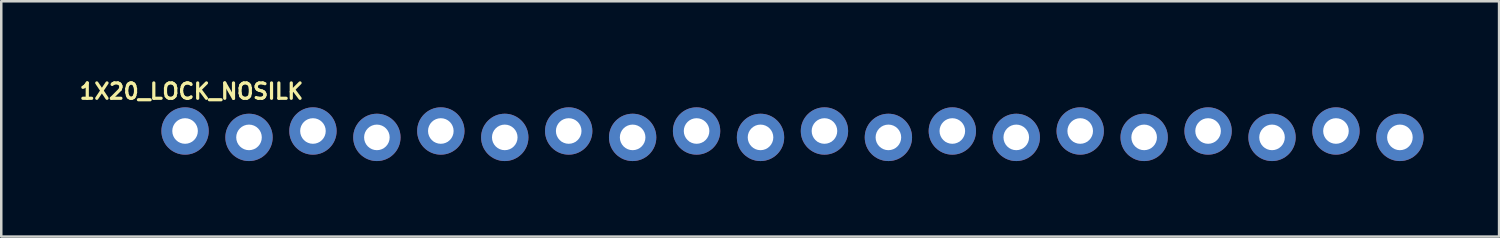
<source format=kicad_pcb>
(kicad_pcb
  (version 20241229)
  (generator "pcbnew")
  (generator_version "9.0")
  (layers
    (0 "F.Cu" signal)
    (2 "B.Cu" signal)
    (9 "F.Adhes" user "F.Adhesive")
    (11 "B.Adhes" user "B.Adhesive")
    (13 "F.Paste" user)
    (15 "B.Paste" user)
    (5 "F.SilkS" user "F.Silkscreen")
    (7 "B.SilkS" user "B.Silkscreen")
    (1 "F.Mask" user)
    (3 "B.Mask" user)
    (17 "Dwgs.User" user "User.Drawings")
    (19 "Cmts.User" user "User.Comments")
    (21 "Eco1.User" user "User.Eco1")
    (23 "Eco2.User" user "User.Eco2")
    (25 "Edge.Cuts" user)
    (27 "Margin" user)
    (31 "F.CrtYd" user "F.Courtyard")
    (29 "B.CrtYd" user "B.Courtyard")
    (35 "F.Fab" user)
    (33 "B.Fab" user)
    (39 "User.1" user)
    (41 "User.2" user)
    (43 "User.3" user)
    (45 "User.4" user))
  (footprint "1X20_LOCK_NOSILK"
    (layer "F.Cu")
    (at 4.302 2.281)
    (property "Reference" "1X20_LOCK_NOSILK" (at 0.254 -1.702 0) (layer "F.SilkS") (effects (font (size 0.61 0.61) (thickness 0.127))))
    (attr exclude_from_pos_files exclude_from_bom)
    (fp_line (start -0.254 -0.254) (end 0.254 -0.254) (stroke (width 0.066) (type solid)) (layer "Dwgs.User"))
    (fp_line (start -0.254 0.254) (end -0.254 -0.254) (stroke (width 0.066) (type solid)) (layer "Dwgs.User"))
    (fp_line (start -0.254 0.254) (end 0.254 0.254) (stroke (width 0.066) (type solid)) (layer "Dwgs.User"))
    (fp_line (start 0.254 0.254) (end 0.254 -0.254) (stroke (width 0.066) (type solid)) (layer "Dwgs.User"))
    (fp_line (start 2.286 -0.254) (end 2.794 -0.254) (stroke (width 0.066) (type solid)) (layer "Dwgs.User"))
    (fp_line (start 2.286 0.254) (end 2.286 -0.254) (stroke (width 0.066) (type solid)) (layer "Dwgs.User"))
    (fp_line (start 2.286 0.254) (end 2.794 0.254) (stroke (width 0.066) (type solid)) (layer "Dwgs.User"))
    (fp_line (start 2.794 0.254) (end 2.794 -0.254) (stroke (width 0.066) (type solid)) (layer "Dwgs.User"))
    (fp_line (start 4.826 -0.254) (end 5.334 -0.254) (stroke (width 0.066) (type solid)) (layer "Dwgs.User"))
    (fp_line (start 4.826 0.254) (end 4.826 -0.254) (stroke (width 0.066) (type solid)) (layer "Dwgs.User"))
    (fp_line (start 4.826 0.254) (end 5.334 0.254) (stroke (width 0.066) (type solid)) (layer "Dwgs.User"))
    (fp_line (start 5.334 0.254) (end 5.334 -0.254) (stroke (width 0.066) (type solid)) (layer "Dwgs.User"))
    (fp_line (start 7.366 -0.254) (end 7.874 -0.254) (stroke (width 0.066) (type solid)) (layer "Dwgs.User"))
    (fp_line (start 7.366 0.254) (end 7.366 -0.254) (stroke (width 0.066) (type solid)) (layer "Dwgs.User"))
    (fp_line (start 7.366 0.254) (end 7.874 0.254) (stroke (width 0.066) (type solid)) (layer "Dwgs.User"))
    (fp_line (start 7.874 0.254) (end 7.874 -0.254) (stroke (width 0.066) (type solid)) (layer "Dwgs.User"))
    (fp_line (start 9.906 -0.254) (end 10.414 -0.254) (stroke (width 0.066) (type solid)) (layer "Dwgs.User"))
    (fp_line (start 9.906 0.254) (end 9.906 -0.254) (stroke (width 0.066) (type solid)) (layer "Dwgs.User"))
    (fp_line (start 9.906 0.254) (end 10.414 0.254) (stroke (width 0.066) (type solid)) (layer "Dwgs.User"))
    (fp_line (start 10.414 0.254) (end 10.414 -0.254) (stroke (width 0.066) (type solid)) (layer "Dwgs.User"))
    (fp_line (start 12.446 -0.254) (end 12.954 -0.254) (stroke (width 0.066) (type solid)) (layer "Dwgs.User"))
    (fp_line (start 12.446 0.254) (end 12.446 -0.254) (stroke (width 0.066) (type solid)) (layer "Dwgs.User"))
    (fp_line (start 12.446 0.254) (end 12.954 0.254) (stroke (width 0.066) (type solid)) (layer "Dwgs.User"))
    (fp_line (start 12.954 0.254) (end 12.954 -0.254) (stroke (width 0.066) (type solid)) (layer "Dwgs.User"))
    (fp_line (start 14.986 -0.254) (end 15.494 -0.254) (stroke (width 0.066) (type solid)) (layer "Dwgs.User"))
    (fp_line (start 14.986 0.254) (end 14.986 -0.254) (stroke (width 0.066) (type solid)) (layer "Dwgs.User"))
    (fp_line (start 14.986 0.254) (end 15.494 0.254) (stroke (width 0.066) (type solid)) (layer "Dwgs.User"))
    (fp_line (start 15.494 0.254) (end 15.494 -0.254) (stroke (width 0.066) (type solid)) (layer "Dwgs.User"))
    (fp_line (start 17.523 -0.254) (end 18.034 -0.254) (stroke (width 0.066) (type solid)) (layer "Dwgs.User"))
    (fp_line (start 17.523 0.254) (end 17.523 -0.254) (stroke (width 0.066) (type solid)) (layer "Dwgs.User"))
    (fp_line (start 17.523 0.254) (end 18.034 0.254) (stroke (width 0.066) (type solid)) (layer "Dwgs.User"))
    (fp_line (start 18.034 0.254) (end 18.034 -0.254) (stroke (width 0.066) (type solid)) (layer "Dwgs.User"))
    (fp_line (start 20.066 -0.254) (end 20.574 -0.254) (stroke (width 0.066) (type solid)) (layer "Dwgs.User"))
    (fp_line (start 20.066 0.254) (end 20.066 -0.254) (stroke (width 0.066) (type solid)) (layer "Dwgs.User"))
    (fp_line (start 20.066 0.254) (end 20.574 0.254) (stroke (width 0.066) (type solid)) (layer "Dwgs.User"))
    (fp_line (start 20.574 0.254) (end 20.574 -0.254) (stroke (width 0.066) (type solid)) (layer "Dwgs.User"))
    (fp_line (start 22.606 -0.254) (end 23.114 -0.254) (stroke (width 0.066) (type solid)) (layer "Dwgs.User"))
    (fp_line (start 22.606 0.254) (end 22.606 -0.254) (stroke (width 0.066) (type solid)) (layer "Dwgs.User"))
    (fp_line (start 22.606 0.254) (end 23.114 0.254) (stroke (width 0.066) (type solid)) (layer "Dwgs.User"))
    (fp_line (start 23.114 0.254) (end 23.114 -0.254) (stroke (width 0.066) (type solid)) (layer "Dwgs.User"))
    (fp_line (start 25.146 -0.254) (end 25.654 -0.254) (stroke (width 0.066) (type solid)) (layer "Dwgs.User"))
    (fp_line (start 25.146 0.254) (end 25.146 -0.254) (stroke (width 0.066) (type solid)) (layer "Dwgs.User"))
    (fp_line (start 25.146 0.254) (end 25.654 0.254) (stroke (width 0.066) (type solid)) (layer "Dwgs.User"))
    (fp_line (start 25.654 0.254) (end 25.654 -0.254) (stroke (width 0.066) (type solid)) (layer "Dwgs.User"))
    (fp_line (start 27.686 -0.254) (end 28.194 -0.254) (stroke (width 0.066) (type solid)) (layer "Dwgs.User"))
    (fp_line (start 27.686 0.254) (end 27.686 -0.254) (stroke (width 0.066) (type solid)) (layer "Dwgs.User"))
    (fp_line (start 27.686 0.254) (end 28.194 0.254) (stroke (width 0.066) (type solid)) (layer "Dwgs.User"))
    (fp_line (start 28.194 0.254) (end 28.194 -0.254) (stroke (width 0.066) (type solid)) (layer "Dwgs.User"))
    (fp_line (start 30.226 -0.254) (end 30.734 -0.254) (stroke (width 0.066) (type solid)) (layer "Dwgs.User"))
    (fp_line (start 30.226 0.254) (end 30.226 -0.254) (stroke (width 0.066) (type solid)) (layer "Dwgs.User"))
    (fp_line (start 30.226 0.254) (end 30.734 0.254) (stroke (width 0.066) (type solid)) (layer "Dwgs.User"))
    (fp_line (start 30.734 0.254) (end 30.734 -0.254) (stroke (width 0.066) (type solid)) (layer "Dwgs.User"))
    (fp_line (start 32.766 -0.254) (end 33.274 -0.254) (stroke (width 0.066) (type solid)) (layer "Dwgs.User"))
    (fp_line (start 32.766 0.254) (end 32.766 -0.254) (stroke (width 0.066) (type solid)) (layer "Dwgs.User"))
    (fp_line (start 32.766 0.254) (end 33.274 0.254) (stroke (width 0.066) (type solid)) (layer "Dwgs.User"))
    (fp_line (start 33.274 0.254) (end 33.274 -0.254) (stroke (width 0.066) (type solid)) (layer "Dwgs.User"))
    (fp_line (start 35.303 -0.254) (end 35.814 -0.254) (stroke (width 0.066) (type solid)) (layer "Dwgs.User"))
    (fp_line (start 35.303 0.254) (end 35.303 -0.254) (stroke (width 0.066) (type solid)) (layer "Dwgs.User"))
    (fp_line (start 35.303 0.254) (end 35.814 0.254) (stroke (width 0.066) (type solid)) (layer "Dwgs.User"))
    (fp_line (start 35.814 0.254) (end 35.814 -0.254) (stroke (width 0.066) (type solid)) (layer "Dwgs.User"))
    (fp_line (start 37.846 -0.254) (end 38.354 -0.254) (stroke (width 0.066) (type solid)) (layer "Dwgs.User"))
    (fp_line (start 37.846 0.254) (end 37.846 -0.254) (stroke (width 0.066) (type solid)) (layer "Dwgs.User"))
    (fp_line (start 37.846 0.254) (end 38.354 0.254) (stroke (width 0.066) (type solid)) (layer "Dwgs.User"))
    (fp_line (start 38.354 0.254) (end 38.354 -0.254) (stroke (width 0.066) (type solid)) (layer "Dwgs.User"))
    (fp_line (start 40.386 -0.254) (end 40.894 -0.254) (stroke (width 0.066) (type solid)) (layer "Dwgs.User"))
    (fp_line (start 40.386 0.254) (end 40.386 -0.254) (stroke (width 0.066) (type solid)) (layer "Dwgs.User"))
    (fp_line (start 40.386 0.254) (end 40.894 0.254) (stroke (width 0.066) (type solid)) (layer "Dwgs.User"))
    (fp_line (start 40.894 0.254) (end 40.894 -0.254) (stroke (width 0.066) (type solid)) (layer "Dwgs.User"))
    (fp_line (start 42.926 -0.254) (end 43.434 -0.254) (stroke (width 0.066) (type solid)) (layer "Dwgs.User"))
    (fp_line (start 42.926 0.254) (end 42.926 -0.254) (stroke (width 0.066) (type solid)) (layer "Dwgs.User"))
    (fp_line (start 42.926 0.254) (end 43.434 0.254) (stroke (width 0.066) (type solid)) (layer "Dwgs.User"))
    (fp_line (start 43.434 0.254) (end 43.434 -0.254) (stroke (width 0.066) (type solid)) (layer "Dwgs.User"))
    (fp_line (start 45.466 -0.254) (end 45.974 -0.254) (stroke (width 0.066) (type solid)) (layer "Dwgs.User"))
    (fp_line (start 45.466 0.254) (end 45.466 -0.254) (stroke (width 0.066) (type solid)) (layer "Dwgs.User"))
    (fp_line (start 45.466 0.254) (end 45.974 0.254) (stroke (width 0.066) (type solid)) (layer "Dwgs.User"))
    (fp_line (start 45.974 0.254) (end 45.974 -0.254) (stroke (width 0.066) (type solid)) (layer "Dwgs.User"))
    (fp_line (start 48.006 -0.254) (end 48.514 -0.254) (stroke (width 0.066) (type solid)) (layer "Dwgs.User"))
    (fp_line (start 48.006 0.254) (end 48.006 -0.254) (stroke (width 0.066) (type solid)) (layer "Dwgs.User"))
    (fp_line (start 48.006 0.254) (end 48.514 0.254) (stroke (width 0.066) (type solid)) (layer "Dwgs.User"))
    (fp_line (start 48.514 0.254) (end 48.514 -0.254) (stroke (width 0.066) (type solid)) (layer "Dwgs.User"))
    (pad "1" thru_hole circle (at 0 -0.127) (size 1.88 1.88) (drill 1.016) (layers "*.Cu" "*.Paste" "*.Mask"))
    (pad "2" thru_hole circle (at 2.54 0.127) (size 1.88 1.88) (drill 1.016) (layers "*.Cu" "*.Paste" "*.Mask"))
    (pad "3" thru_hole circle (at 5.08 -0.127) (size 1.88 1.88) (drill 1.016) (layers "*.Cu" "*.Paste" "*.Mask"))
    (pad "4" thru_hole circle (at 7.62 0.127) (size 1.88 1.88) (drill 1.016) (layers "*.Cu" "*.Paste" "*.Mask"))
    (pad "5" thru_hole circle (at 10.16 -0.127) (size 1.88 1.88) (drill 1.016) (layers "*.Cu" "*.Paste" "*.Mask"))
    (pad "6" thru_hole circle (at 12.7 0.127) (size 1.88 1.88) (drill 1.016) (layers "*.Cu" "*.Paste" "*.Mask"))
    (pad "7" thru_hole circle (at 15.24 -0.127) (size 1.88 1.88) (drill 1.016) (layers "*.Cu" "*.Paste" "*.Mask"))
    (pad "8" thru_hole circle (at 17.78 0.127) (size 1.88 1.88) (drill 1.016) (layers "*.Cu" "*.Paste" "*.Mask"))
    (pad "9" thru_hole circle (at 20.32 -0.127) (size 1.88 1.88) (drill 1.016) (layers "*.Cu" "*.Paste" "*.Mask"))
    (pad "10" thru_hole circle (at 22.86 0.127) (size 1.88 1.88) (drill 1.016) (layers "*.Cu" "*.Paste" "*.Mask"))
    (pad "11" thru_hole circle (at 25.4 -0.127) (size 1.88 1.88) (drill 1.016) (layers "*.Cu" "*.Paste" "*.Mask"))
    (pad "12" thru_hole circle (at 27.94 0.127) (size 1.88 1.88) (drill 1.016) (layers "*.Cu" "*.Paste" "*.Mask"))
    (pad "13" thru_hole circle (at 30.48 -0.127) (size 1.88 1.88) (drill 1.016) (layers "*.Cu" "*.Paste" "*.Mask"))
    (pad "14" thru_hole circle (at 33.02 0.127) (size 1.88 1.88) (drill 1.016) (layers "*.Cu" "*.Paste" "*.Mask"))
    (pad "15" thru_hole circle (at 35.56 -0.127) (size 1.88 1.88) (drill 1.016) (layers "*.Cu" "*.Paste" "*.Mask"))
    (pad "16" thru_hole circle (at 38.1 0.127) (size 1.88 1.88) (drill 1.016) (layers "*.Cu" "*.Paste" "*.Mask"))
    (pad "17" thru_hole circle (at 40.64 -0.127) (size 1.88 1.88) (drill 1.016) (layers "*.Cu" "*.Paste" "*.Mask"))
    (pad "18" thru_hole circle (at 43.18 0.127) (size 1.88 1.88) (drill 1.016) (layers "*.Cu" "*.Paste" "*.Mask"))
    (pad "19" thru_hole circle (at 45.72 -0.127) (size 1.88 1.88) (drill 1.016) (layers "*.Cu" "*.Paste" "*.Mask"))
    (pad "20" thru_hole circle (at 48.26 0.127) (size 1.88 1.88) (drill 1.016) (layers "*.Cu" "*.Paste" "*.Mask")))
  (gr_rect
    (start -3 -3)
    (end 56.502 6.348)
    (stroke (width 0.1) (type default))
    (fill no)
    (layer "Edge.Cuts")))
</source>
